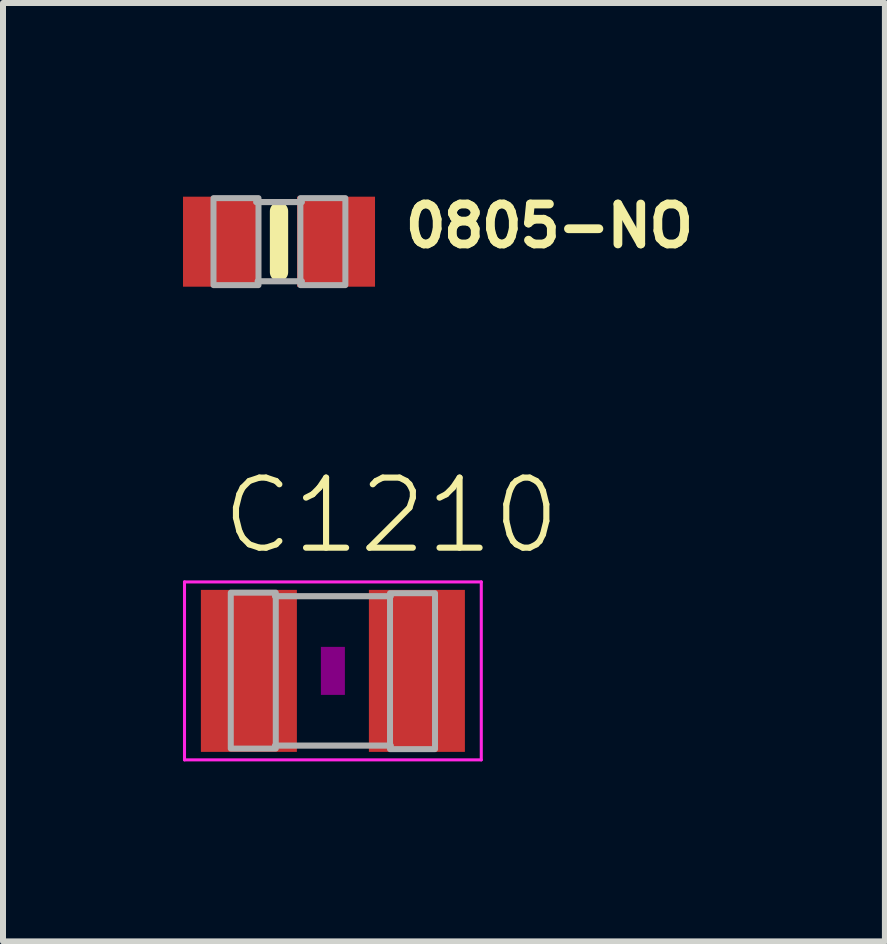
<source format=kicad_pcb>
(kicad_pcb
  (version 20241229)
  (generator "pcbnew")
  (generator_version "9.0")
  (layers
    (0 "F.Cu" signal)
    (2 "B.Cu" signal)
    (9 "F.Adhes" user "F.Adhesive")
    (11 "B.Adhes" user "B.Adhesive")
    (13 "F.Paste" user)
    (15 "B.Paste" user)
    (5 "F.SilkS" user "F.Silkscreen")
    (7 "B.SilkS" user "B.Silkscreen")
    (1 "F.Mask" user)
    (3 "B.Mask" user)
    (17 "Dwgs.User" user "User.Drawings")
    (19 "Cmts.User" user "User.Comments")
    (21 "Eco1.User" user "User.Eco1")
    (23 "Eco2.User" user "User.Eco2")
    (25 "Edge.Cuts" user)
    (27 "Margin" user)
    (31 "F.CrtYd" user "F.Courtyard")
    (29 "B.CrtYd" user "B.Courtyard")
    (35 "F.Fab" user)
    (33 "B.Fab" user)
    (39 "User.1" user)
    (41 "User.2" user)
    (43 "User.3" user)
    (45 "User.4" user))
  (footprint "C1210"
    (layer "F.Cu")
    (at 2.498 8.131)
    (property "Reference" "C1210" (at -1.905 -1.905 0) (unlocked yes) (layer "F.SilkS") (effects (font (size 1.168 1.168) (thickness 0.102)) (justify left bottom)))
    (fp_poly (pts (xy -0.2 0.4) (xy 0.2 0.4) (xy 0.2 -0.4) (xy -0.2 -0.4)) (stroke (width 0) (type default)) (fill yes) (layer "F.Adhes"))
    (fp_line (start -2.473 -1.483) (end 2.473 -1.483) (stroke (width 0.051) (type solid)) (layer "F.CrtYd"))
    (fp_line (start -2.473 1.483) (end -2.473 -1.483) (stroke (width 0.051) (type solid)) (layer "F.CrtYd"))
    (fp_line (start 2.473 -1.483) (end 2.473 1.483) (stroke (width 0.051) (type solid)) (layer "F.CrtYd"))
    (fp_line (start 2.473 1.483) (end -2.473 1.483) (stroke (width 0.051) (type solid)) (layer "F.CrtYd"))
    (fp_line (start -0.965 -1.245) (end 0.965 -1.245) (stroke (width 0.102) (type solid)) (layer "F.Fab"))
    (fp_line (start -0.965 1.245) (end 0.965 1.245) (stroke (width 0.102) (type solid)) (layer "F.Fab"))
    (fp_poly (pts (xy -1.702 1.295) (xy -0.952 1.295) (xy -0.952 -1.304) (xy -1.702 -1.304)) (stroke (width 0.1) (type default)) (fill no) (layer "F.Fab"))
    (fp_poly (pts (xy 0.952 1.304) (xy 1.702 1.304) (xy 1.702 -1.295) (xy 0.952 -1.295)) (stroke (width 0.1) (type default)) (fill no) (layer "F.Fab"))
    (pad "1" smd rect (at -1.4 0) (size 1.6 2.7) (layers "F.Cu" "F.Mask" "F.Paste"))
    (pad "2" smd rect (at 1.4 0) (size 1.6 2.7) (layers "F.Cu" "F.Mask" "F.Paste")))
  (footprint "0805-NO"
    (layer "F.Cu")
    (at 1.6 0.978)
    (property "Reference" "0805-NO" (at 2.032 0.127 0) (unlocked yes) (layer "F.SilkS") (effects (font (size 0.666 0.666) (thickness 0.146)) (justify left bottom)))
    (fp_line (start 0 -0.508) (end 0 0.508) (stroke (width 0.305) (type solid)) (layer "F.SilkS"))
    (fp_line (start -0.381 -0.66) (end 0.381 -0.66) (stroke (width 0.102) (type solid)) (layer "F.Fab"))
    (fp_line (start -0.356 0.66) (end 0.381 0.66) (stroke (width 0.102) (type solid)) (layer "F.Fab"))
    (fp_poly (pts (xy -1.092 0.724) (xy -0.342 0.724) (xy -0.342 -0.726) (xy -1.092 -0.726)) (stroke (width 0.1) (type default)) (fill no) (layer "F.Fab"))
    (fp_poly (pts (xy 0.356 0.724) (xy 1.106 0.724) (xy 1.106 -0.726) (xy 0.356 -0.726)) (stroke (width 0.1) (type default)) (fill no) (layer "F.Fab"))
    (pad "1" smd rect (at -0.95 0) (size 1.3 1.5) (layers "F.Cu" "F.Mask" "F.Paste"))
    (pad "2" smd rect (at 0.95 0) (size 1.3 1.5) (layers "F.Cu" "F.Mask" "F.Paste")))
  (gr_rect
    (start -3 -3)
    (end 11.698 12.639)
    (stroke (width 0.1) (type default))
    (fill no)
    (layer "Edge.Cuts")))
</source>
